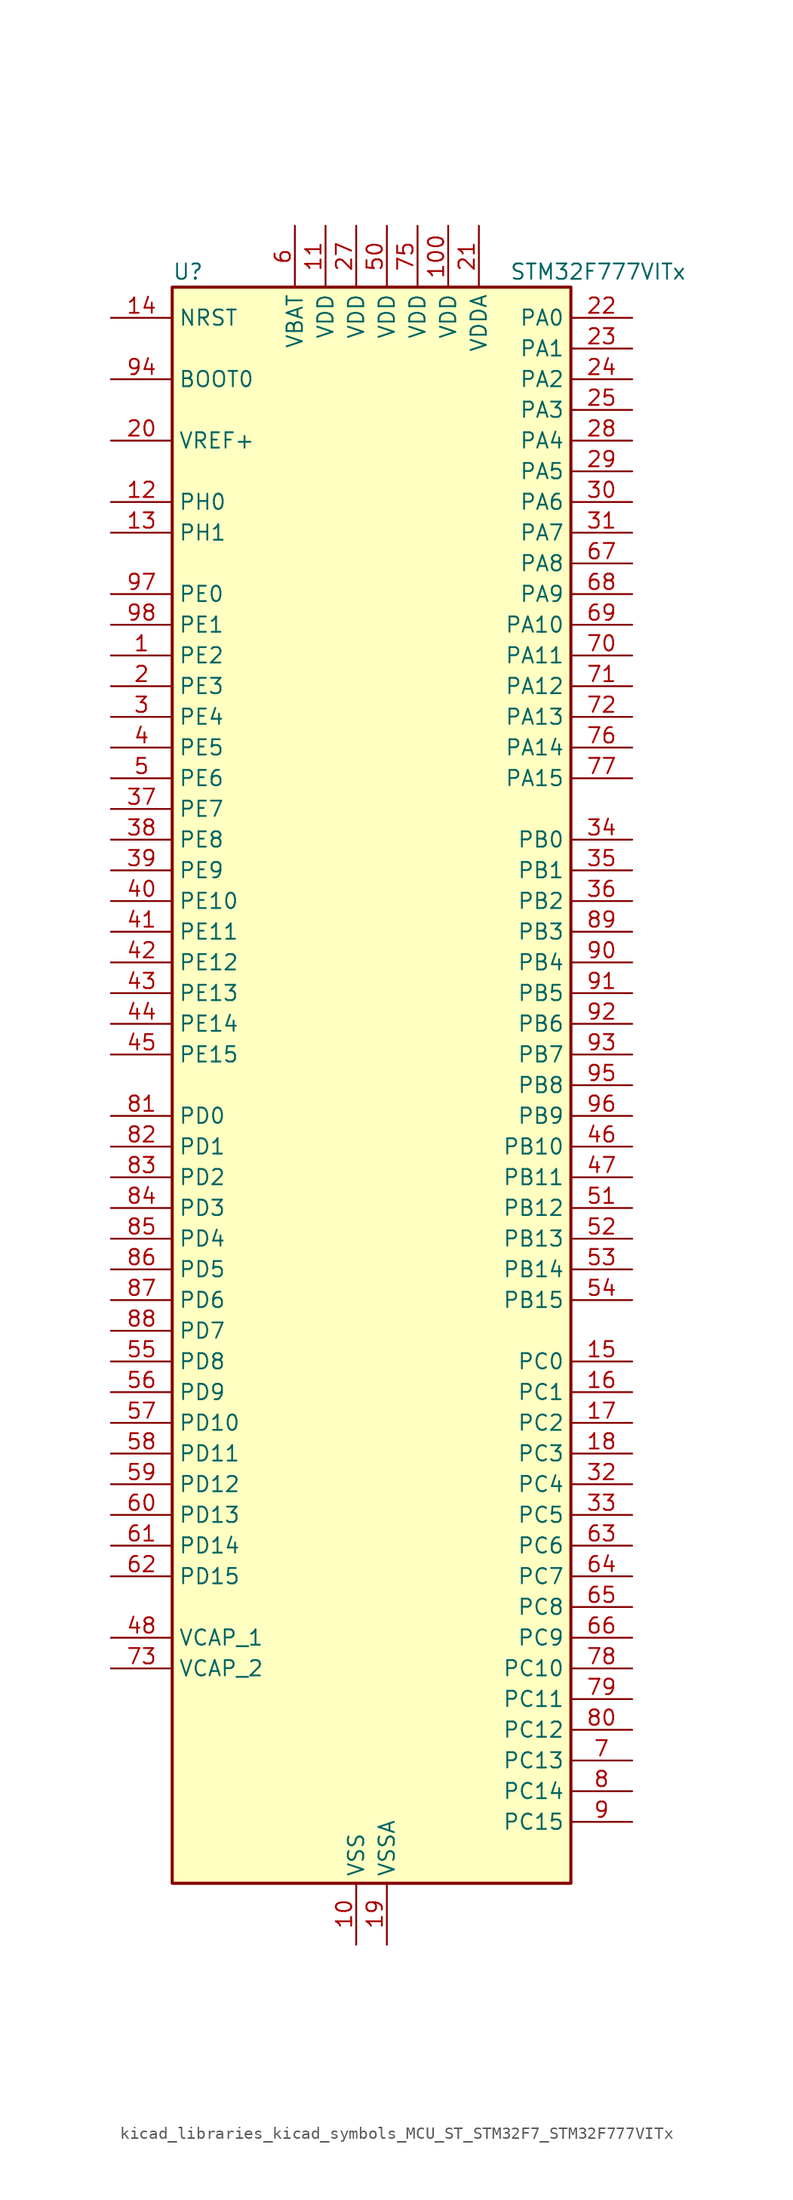
<source format=kicad_sym>
(kicad_symbol_lib
  (version 20220914)
  (generator kicad_symbol_editor)
  (symbol "kicad_libraries_kicad_symbols_MCU_ST_STM32F7_STM32F777VITx"
    (property "Reference" "U"
      (at -15.24 67.31 0)
      (effects (font (size 1.27 1.27)) (justify left)))
    (property "Value" "STM32F777VITx"
      (at 12.7 67.31 0)
      (effects (font (size 1.27 1.27)) (justify left)))
    (property "ki_locked" ""
      (at 0 0 0)
      (effects (font (size 1.27 1.27))))
    (symbol "kicad_libraries_kicad_symbols_MCU_ST_STM32F7_STM32F777VITx_0_1"
      (rectangle (start -15.24 -66.04) (end 17.78 66.04) (stroke (width 0.254) (type default)) (fill (type background))))
    (symbol "kicad_libraries_kicad_symbols_MCU_ST_STM32F7_STM32F777VITx_1_1"
      (pin bidirectional line (at -20.32 35.56 0) (length 5.08) (name "PE2" (effects (font (size 1.27 1.27)))) (number "1" (effects (font (size 1.27 1.27)))) (alternate "ETH_TXD3" bidirectional line) (alternate "FMC_A23" bidirectional line) (alternate "QUADSPI_BK1_IO2" bidirectional line) (alternate "SAI1_MCLK_A" bidirectional line) (alternate "SPI4_SCK" bidirectional line) (alternate "SYS_TRACECLK" bidirectional line))
      (pin power_in line (at 0 -71.12 90) (length 5.08) (name "VSS" (effects (font (size 1.27 1.27)))) (number "10" (effects (font (size 1.27 1.27)))))
      (pin power_in line (at 7.62 71.12 270) (length 5.08) (name "VDD" (effects (font (size 1.27 1.27)))) (number "100" (effects (font (size 1.27 1.27)))))
      (pin power_in line (at -2.54 71.12 270) (length 5.08) (name "VDD" (effects (font (size 1.27 1.27)))) (number "11" (effects (font (size 1.27 1.27)))))
      (pin bidirectional line (at -20.32 48.26 0) (length 5.08) (name "PH0" (effects (font (size 1.27 1.27)))) (number "12" (effects (font (size 1.27 1.27)))) (alternate "RCC_OSC_IN" bidirectional line))
      (pin bidirectional line (at -20.32 45.72 0) (length 5.08) (name "PH1" (effects (font (size 1.27 1.27)))) (number "13" (effects (font (size 1.27 1.27)))) (alternate "RCC_OSC_OUT" bidirectional line))
      (pin input line (at -20.32 63.5 0) (length 5.08) (name "NRST" (effects (font (size 1.27 1.27)))) (number "14" (effects (font (size 1.27 1.27)))))
      (pin bidirectional line (at 22.86 -22.86 180) (length 5.08) (name "PC0" (effects (font (size 1.27 1.27)))) (number "15" (effects (font (size 1.27 1.27)))) (alternate "ADC1_IN10" bidirectional line) (alternate "ADC2_IN10" bidirectional line) (alternate "ADC3_IN10" bidirectional line) (alternate "DFSDM1_CKIN0" bidirectional line) (alternate "DFSDM1_DATIN4" bidirectional line) (alternate "FMC_SDNWE" bidirectional line) (alternate "LTDC_R5" bidirectional line) (alternate "SAI2_FS_B" bidirectional line) (alternate "USB_OTG_HS_ULPI_STP" bidirectional line))
      (pin bidirectional line (at 22.86 -25.4 180) (length 5.08) (name "PC1" (effects (font (size 1.27 1.27)))) (number "16" (effects (font (size 1.27 1.27)))) (alternate "ADC1_IN11" bidirectional line) (alternate "ADC2_IN11" bidirectional line) (alternate "ADC3_IN11" bidirectional line) (alternate "DFSDM1_CKIN4" bidirectional line) (alternate "DFSDM1_DATIN0" bidirectional line) (alternate "ETH_MDC" bidirectional line) (alternate "I2S2_SD" bidirectional line) (alternate "MDIOS_MDC" bidirectional line) (alternate "RTC_TAMP3" bidirectional line) (alternate "RTC_TS" bidirectional line) (alternate "SAI1_SD_A" bidirectional line) (alternate "SPI2_MOSI" bidirectional line) (alternate "SYS_TRACED0" bidirectional line) (alternate "SYS_WKUP3" bidirectional line))
      (pin bidirectional line (at 22.86 -27.94 180) (length 5.08) (name "PC2" (effects (font (size 1.27 1.27)))) (number "17" (effects (font (size 1.27 1.27)))) (alternate "ADC1_IN12" bidirectional line) (alternate "ADC2_IN12" bidirectional line) (alternate "ADC3_IN12" bidirectional line) (alternate "DFSDM1_CKIN1" bidirectional line) (alternate "DFSDM1_CKOUT" bidirectional line) (alternate "ETH_TXD2" bidirectional line) (alternate "FMC_SDNE0" bidirectional line) (alternate "SPI2_MISO" bidirectional line) (alternate "USB_OTG_HS_ULPI_DIR" bidirectional line))
      (pin bidirectional line (at 22.86 -30.48 180) (length 5.08) (name "PC3" (effects (font (size 1.27 1.27)))) (number "18" (effects (font (size 1.27 1.27)))) (alternate "ADC1_IN13" bidirectional line) (alternate "ADC2_IN13" bidirectional line) (alternate "ADC3_IN13" bidirectional line) (alternate "DFSDM1_DATIN1" bidirectional line) (alternate "ETH_TX_CLK" bidirectional line) (alternate "FMC_SDCKE0" bidirectional line) (alternate "I2S2_SD" bidirectional line) (alternate "SPI2_MOSI" bidirectional line) (alternate "USB_OTG_HS_ULPI_NXT" bidirectional line))
      (pin power_in line (at 2.54 -71.12 90) (length 5.08) (name "VSSA" (effects (font (size 1.27 1.27)))) (number "19" (effects (font (size 1.27 1.27)))))
      (pin bidirectional line (at -20.32 33.02 0) (length 5.08) (name "PE3" (effects (font (size 1.27 1.27)))) (number "2" (effects (font (size 1.27 1.27)))) (alternate "FMC_A19" bidirectional line) (alternate "SAI1_SD_B" bidirectional line) (alternate "SYS_TRACED0" bidirectional line))
      (pin input line (at -20.32 53.34 0) (length 5.08) (name "VREF+" (effects (font (size 1.27 1.27)))) (number "20" (effects (font (size 1.27 1.27)))))
      (pin power_in line (at 10.16 71.12 270) (length 5.08) (name "VDDA" (effects (font (size 1.27 1.27)))) (number "21" (effects (font (size 1.27 1.27)))))
      (pin bidirectional line (at 22.86 63.5 180) (length 5.08) (name "PA0" (effects (font (size 1.27 1.27)))) (number "22" (effects (font (size 1.27 1.27)))) (alternate "ADC1_IN0" bidirectional line) (alternate "ADC2_IN0" bidirectional line) (alternate "ADC3_IN0" bidirectional line) (alternate "ETH_CRS" bidirectional line) (alternate "SAI2_SD_B" bidirectional line) (alternate "SYS_WKUP1" bidirectional line) (alternate "TIM2_CH1" bidirectional line) (alternate "TIM2_ETR" bidirectional line) (alternate "TIM5_CH1" bidirectional line) (alternate "TIM8_ETR" bidirectional line) (alternate "UART4_TX" bidirectional line) (alternate "USART2_CTS" bidirectional line))
      (pin bidirectional line (at 22.86 60.96 180) (length 5.08) (name "PA1" (effects (font (size 1.27 1.27)))) (number "23" (effects (font (size 1.27 1.27)))) (alternate "ADC1_IN1" bidirectional line) (alternate "ADC2_IN1" bidirectional line) (alternate "ADC3_IN1" bidirectional line) (alternate "ETH_REF_CLK" bidirectional line) (alternate "ETH_RX_CLK" bidirectional line) (alternate "LTDC_R2" bidirectional line) (alternate "QUADSPI_BK1_IO3" bidirectional line) (alternate "SAI2_MCLK_B" bidirectional line) (alternate "TIM2_CH2" bidirectional line) (alternate "TIM5_CH2" bidirectional line) (alternate "UART4_RX" bidirectional line) (alternate "USART2_DE" bidirectional line) (alternate "USART2_RTS" bidirectional line))
      (pin bidirectional line (at 22.86 58.42 180) (length 5.08) (name "PA2" (effects (font (size 1.27 1.27)))) (number "24" (effects (font (size 1.27 1.27)))) (alternate "ADC1_IN2" bidirectional line) (alternate "ADC2_IN2" bidirectional line) (alternate "ADC3_IN2" bidirectional line) (alternate "ETH_MDIO" bidirectional line) (alternate "LTDC_R1" bidirectional line) (alternate "MDIOS_MDIO" bidirectional line) (alternate "SAI2_SCK_B" bidirectional line) (alternate "SYS_WKUP2" bidirectional line) (alternate "TIM2_CH3" bidirectional line) (alternate "TIM5_CH3" bidirectional line) (alternate "TIM9_CH1" bidirectional line) (alternate "USART2_TX" bidirectional line))
      (pin bidirectional line (at 22.86 55.88 180) (length 5.08) (name "PA3" (effects (font (size 1.27 1.27)))) (number "25" (effects (font (size 1.27 1.27)))) (alternate "ADC1_IN3" bidirectional line) (alternate "ADC2_IN3" bidirectional line) (alternate "ADC3_IN3" bidirectional line) (alternate "ETH_COL" bidirectional line) (alternate "LTDC_B2" bidirectional line) (alternate "LTDC_B5" bidirectional line) (alternate "TIM2_CH4" bidirectional line) (alternate "TIM5_CH4" bidirectional line) (alternate "TIM9_CH2" bidirectional line) (alternate "USART2_RX" bidirectional line) (alternate "USB_OTG_HS_ULPI_D0" bidirectional line))
      (pin passive line (at 0 -71.12 90) (length 5.08) hide (name "VSS" (effects (font (size 1.27 1.27)))) (number "26" (effects (font (size 1.27 1.27)))))
      (pin power_in line (at 0 71.12 270) (length 5.08) (name "VDD" (effects (font (size 1.27 1.27)))) (number "27" (effects (font (size 1.27 1.27)))))
      (pin bidirectional line (at 22.86 53.34 180) (length 5.08) (name "PA4" (effects (font (size 1.27 1.27)))) (number "28" (effects (font (size 1.27 1.27)))) (alternate "ADC1_IN4" bidirectional line) (alternate "ADC2_IN4" bidirectional line) (alternate "DAC_OUT1" bidirectional line) (alternate "DCMI_HSYNC" bidirectional line) (alternate "I2S1_WS" bidirectional line) (alternate "I2S3_WS" bidirectional line) (alternate "LTDC_VSYNC" bidirectional line) (alternate "SPI1_NSS" bidirectional line) (alternate "SPI3_NSS" bidirectional line) (alternate "SPI6_NSS" bidirectional line) (alternate "USART2_CK" bidirectional line) (alternate "USB_OTG_HS_SOF" bidirectional line))
      (pin bidirectional line (at 22.86 50.8 180) (length 5.08) (name "PA5" (effects (font (size 1.27 1.27)))) (number "29" (effects (font (size 1.27 1.27)))) (alternate "ADC1_IN5" bidirectional line) (alternate "ADC2_IN5" bidirectional line) (alternate "DAC_OUT2" bidirectional line) (alternate "I2S1_CK" bidirectional line) (alternate "LTDC_R4" bidirectional line) (alternate "SPI1_SCK" bidirectional line) (alternate "SPI6_SCK" bidirectional line) (alternate "TIM2_CH1" bidirectional line) (alternate "TIM2_ETR" bidirectional line) (alternate "TIM8_CH1N" bidirectional line) (alternate "USB_OTG_HS_ULPI_CK" bidirectional line))
      (pin bidirectional line (at -20.32 30.48 0) (length 5.08) (name "PE4" (effects (font (size 1.27 1.27)))) (number "3" (effects (font (size 1.27 1.27)))) (alternate "DCMI_D4" bidirectional line) (alternate "DFSDM1_DATIN3" bidirectional line) (alternate "FMC_A20" bidirectional line) (alternate "LTDC_B0" bidirectional line) (alternate "SAI1_FS_A" bidirectional line) (alternate "SPI4_NSS" bidirectional line) (alternate "SYS_TRACED1" bidirectional line))
      (pin bidirectional line (at 22.86 48.26 180) (length 5.08) (name "PA6" (effects (font (size 1.27 1.27)))) (number "30" (effects (font (size 1.27 1.27)))) (alternate "ADC1_IN6" bidirectional line) (alternate "ADC2_IN6" bidirectional line) (alternate "DCMI_PIXCLK" bidirectional line) (alternate "LTDC_G2" bidirectional line) (alternate "MDIOS_MDC" bidirectional line) (alternate "SPI1_MISO" bidirectional line) (alternate "SPI6_MISO" bidirectional line) (alternate "TIM13_CH1" bidirectional line) (alternate "TIM1_BKIN" bidirectional line) (alternate "TIM3_CH1" bidirectional line) (alternate "TIM8_BKIN" bidirectional line))
      (pin bidirectional line (at 22.86 45.72 180) (length 5.08) (name "PA7" (effects (font (size 1.27 1.27)))) (number "31" (effects (font (size 1.27 1.27)))) (alternate "ADC1_IN7" bidirectional line) (alternate "ADC2_IN7" bidirectional line) (alternate "ETH_CRS_DV" bidirectional line) (alternate "ETH_RX_DV" bidirectional line) (alternate "FMC_SDNWE" bidirectional line) (alternate "I2S1_SD" bidirectional line) (alternate "SPI1_MOSI" bidirectional line) (alternate "SPI6_MOSI" bidirectional line) (alternate "TIM14_CH1" bidirectional line) (alternate "TIM1_CH1N" bidirectional line) (alternate "TIM3_CH2" bidirectional line) (alternate "TIM8_CH1N" bidirectional line))
      (pin bidirectional line (at 22.86 -33.02 180) (length 5.08) (name "PC4" (effects (font (size 1.27 1.27)))) (number "32" (effects (font (size 1.27 1.27)))) (alternate "ADC1_IN14" bidirectional line) (alternate "ADC2_IN14" bidirectional line) (alternate "DFSDM1_CKIN2" bidirectional line) (alternate "ETH_RXD0" bidirectional line) (alternate "FMC_SDNE0" bidirectional line) (alternate "I2S1_MCK" bidirectional line) (alternate "SPDIFRX_IN2" bidirectional line))
      (pin bidirectional line (at 22.86 -35.56 180) (length 5.08) (name "PC5" (effects (font (size 1.27 1.27)))) (number "33" (effects (font (size 1.27 1.27)))) (alternate "ADC1_IN15" bidirectional line) (alternate "ADC2_IN15" bidirectional line) (alternate "DFSDM1_DATIN2" bidirectional line) (alternate "ETH_RXD1" bidirectional line) (alternate "FMC_SDCKE0" bidirectional line) (alternate "SPDIFRX_IN3" bidirectional line))
      (pin bidirectional line (at 22.86 20.32 180) (length 5.08) (name "PB0" (effects (font (size 1.27 1.27)))) (number "34" (effects (font (size 1.27 1.27)))) (alternate "ADC1_IN8" bidirectional line) (alternate "ADC2_IN8" bidirectional line) (alternate "DFSDM1_CKOUT" bidirectional line) (alternate "ETH_RXD2" bidirectional line) (alternate "LTDC_G1" bidirectional line) (alternate "LTDC_R3" bidirectional line) (alternate "TIM1_CH2N" bidirectional line) (alternate "TIM3_CH3" bidirectional line) (alternate "TIM8_CH2N" bidirectional line) (alternate "UART4_CTS" bidirectional line) (alternate "USB_OTG_HS_ULPI_D1" bidirectional line))
      (pin bidirectional line (at 22.86 17.78 180) (length 5.08) (name "PB1" (effects (font (size 1.27 1.27)))) (number "35" (effects (font (size 1.27 1.27)))) (alternate "ADC1_IN9" bidirectional line) (alternate "ADC2_IN9" bidirectional line) (alternate "DFSDM1_DATIN1" bidirectional line) (alternate "ETH_RXD3" bidirectional line) (alternate "LTDC_G0" bidirectional line) (alternate "LTDC_R6" bidirectional line) (alternate "TIM1_CH3N" bidirectional line) (alternate "TIM3_CH4" bidirectional line) (alternate "TIM8_CH3N" bidirectional line) (alternate "USB_OTG_HS_ULPI_D2" bidirectional line))
      (pin bidirectional line (at 22.86 15.24 180) (length 5.08) (name "PB2" (effects (font (size 1.27 1.27)))) (number "36" (effects (font (size 1.27 1.27)))) (alternate "DFSDM1_CKIN1" bidirectional line) (alternate "I2S3_SD" bidirectional line) (alternate "QUADSPI_CLK" bidirectional line) (alternate "SAI1_SD_A" bidirectional line) (alternate "SPI3_MOSI" bidirectional line))
      (pin bidirectional line (at -20.32 22.86 0) (length 5.08) (name "PE7" (effects (font (size 1.27 1.27)))) (number "37" (effects (font (size 1.27 1.27)))) (alternate "DFSDM1_DATIN2" bidirectional line) (alternate "FMC_D4" bidirectional line) (alternate "FMC_DA4" bidirectional line) (alternate "QUADSPI_BK2_IO0" bidirectional line) (alternate "TIM1_ETR" bidirectional line) (alternate "UART7_RX" bidirectional line))
      (pin bidirectional line (at -20.32 20.32 0) (length 5.08) (name "PE8" (effects (font (size 1.27 1.27)))) (number "38" (effects (font (size 1.27 1.27)))) (alternate "DFSDM1_CKIN2" bidirectional line) (alternate "FMC_D5" bidirectional line) (alternate "FMC_DA5" bidirectional line) (alternate "QUADSPI_BK2_IO1" bidirectional line) (alternate "TIM1_CH1N" bidirectional line) (alternate "UART7_TX" bidirectional line))
      (pin bidirectional line (at -20.32 17.78 0) (length 5.08) (name "PE9" (effects (font (size 1.27 1.27)))) (number "39" (effects (font (size 1.27 1.27)))) (alternate "DAC_EXTI9" bidirectional line) (alternate "DFSDM1_CKOUT" bidirectional line) (alternate "FMC_D6" bidirectional line) (alternate "FMC_DA6" bidirectional line) (alternate "QUADSPI_BK2_IO2" bidirectional line) (alternate "TIM1_CH1" bidirectional line) (alternate "UART7_DE" bidirectional line) (alternate "UART7_RTS" bidirectional line))
      (pin bidirectional line (at -20.32 27.94 0) (length 5.08) (name "PE5" (effects (font (size 1.27 1.27)))) (number "4" (effects (font (size 1.27 1.27)))) (alternate "DCMI_D6" bidirectional line) (alternate "DFSDM1_CKIN3" bidirectional line) (alternate "FMC_A21" bidirectional line) (alternate "LTDC_G0" bidirectional line) (alternate "SAI1_SCK_A" bidirectional line) (alternate "SPI4_MISO" bidirectional line) (alternate "SYS_TRACED2" bidirectional line) (alternate "TIM9_CH1" bidirectional line))
      (pin bidirectional line (at -20.32 15.24 0) (length 5.08) (name "PE10" (effects (font (size 1.27 1.27)))) (number "40" (effects (font (size 1.27 1.27)))) (alternate "DFSDM1_DATIN4" bidirectional line) (alternate "FMC_D7" bidirectional line) (alternate "FMC_DA7" bidirectional line) (alternate "QUADSPI_BK2_IO3" bidirectional line) (alternate "TIM1_CH2N" bidirectional line) (alternate "UART7_CTS" bidirectional line))
      (pin bidirectional line (at -20.32 12.7 0) (length 5.08) (name "PE11" (effects (font (size 1.27 1.27)))) (number "41" (effects (font (size 1.27 1.27)))) (alternate "ADC1_EXTI11" bidirectional line) (alternate "ADC2_EXTI11" bidirectional line) (alternate "ADC3_EXTI11" bidirectional line) (alternate "DFSDM1_CKIN4" bidirectional line) (alternate "FMC_D8" bidirectional line) (alternate "FMC_DA8" bidirectional line) (alternate "LTDC_G3" bidirectional line) (alternate "SAI2_SD_B" bidirectional line) (alternate "SPI4_NSS" bidirectional line) (alternate "TIM1_CH2" bidirectional line))
      (pin bidirectional line (at -20.32 10.16 0) (length 5.08) (name "PE12" (effects (font (size 1.27 1.27)))) (number "42" (effects (font (size 1.27 1.27)))) (alternate "DFSDM1_DATIN5" bidirectional line) (alternate "FMC_D9" bidirectional line) (alternate "FMC_DA9" bidirectional line) (alternate "LTDC_B4" bidirectional line) (alternate "SAI2_SCK_B" bidirectional line) (alternate "SPI4_SCK" bidirectional line) (alternate "TIM1_CH3N" bidirectional line))
      (pin bidirectional line (at -20.32 7.62 0) (length 5.08) (name "PE13" (effects (font (size 1.27 1.27)))) (number "43" (effects (font (size 1.27 1.27)))) (alternate "DFSDM1_CKIN5" bidirectional line) (alternate "FMC_D10" bidirectional line) (alternate "FMC_DA10" bidirectional line) (alternate "LTDC_DE" bidirectional line) (alternate "SAI2_FS_B" bidirectional line) (alternate "SPI4_MISO" bidirectional line) (alternate "TIM1_CH3" bidirectional line))
      (pin bidirectional line (at -20.32 5.08 0) (length 5.08) (name "PE14" (effects (font (size 1.27 1.27)))) (number "44" (effects (font (size 1.27 1.27)))) (alternate "FMC_D11" bidirectional line) (alternate "FMC_DA11" bidirectional line) (alternate "LTDC_CLK" bidirectional line) (alternate "SAI2_MCLK_B" bidirectional line) (alternate "SPI4_MOSI" bidirectional line) (alternate "TIM1_CH4" bidirectional line))
      (pin bidirectional line (at -20.32 2.54 0) (length 5.08) (name "PE15" (effects (font (size 1.27 1.27)))) (number "45" (effects (font (size 1.27 1.27)))) (alternate "FMC_D12" bidirectional line) (alternate "FMC_DA12" bidirectional line) (alternate "LTDC_R7" bidirectional line) (alternate "TIM1_BKIN" bidirectional line))
      (pin bidirectional line (at 22.86 -5.08 180) (length 5.08) (name "PB10" (effects (font (size 1.27 1.27)))) (number "46" (effects (font (size 1.27 1.27)))) (alternate "DFSDM1_DATIN7" bidirectional line) (alternate "ETH_RX_ER" bidirectional line) (alternate "I2C2_SCL" bidirectional line) (alternate "I2S2_CK" bidirectional line) (alternate "LTDC_G4" bidirectional line) (alternate "QUADSPI_BK1_NCS" bidirectional line) (alternate "SPI2_SCK" bidirectional line) (alternate "TIM2_CH3" bidirectional line) (alternate "USART3_TX" bidirectional line) (alternate "USB_OTG_HS_ULPI_D3" bidirectional line))
      (pin bidirectional line (at 22.86 -7.62 180) (length 5.08) (name "PB11" (effects (font (size 1.27 1.27)))) (number "47" (effects (font (size 1.27 1.27)))) (alternate "ADC1_EXTI11" bidirectional line) (alternate "ADC2_EXTI11" bidirectional line) (alternate "ADC3_EXTI11" bidirectional line) (alternate "DFSDM1_CKIN7" bidirectional line) (alternate "ETH_TX_EN" bidirectional line) (alternate "I2C2_SDA" bidirectional line) (alternate "LTDC_G5" bidirectional line) (alternate "TIM2_CH4" bidirectional line) (alternate "USART3_RX" bidirectional line) (alternate "USB_OTG_HS_ULPI_D4" bidirectional line))
      (pin power_out line (at -20.32 -45.72 0) (length 5.08) (name "VCAP_1" (effects (font (size 1.27 1.27)))) (number "48" (effects (font (size 1.27 1.27)))))
      (pin passive line (at 0 -71.12 90) (length 5.08) hide (name "VSS" (effects (font (size 1.27 1.27)))) (number "49" (effects (font (size 1.27 1.27)))))
      (pin bidirectional line (at -20.32 25.4 0) (length 5.08) (name "PE6" (effects (font (size 1.27 1.27)))) (number "5" (effects (font (size 1.27 1.27)))) (alternate "DCMI_D7" bidirectional line) (alternate "FMC_A22" bidirectional line) (alternate "LTDC_G1" bidirectional line) (alternate "SAI1_SD_A" bidirectional line) (alternate "SAI2_MCLK_B" bidirectional line) (alternate "SPI4_MOSI" bidirectional line) (alternate "SYS_TRACED3" bidirectional line) (alternate "TIM1_BKIN2" bidirectional line) (alternate "TIM9_CH2" bidirectional line))
      (pin power_in line (at 2.54 71.12 270) (length 5.08) (name "VDD" (effects (font (size 1.27 1.27)))) (number "50" (effects (font (size 1.27 1.27)))))
      (pin bidirectional line (at 22.86 -10.16 180) (length 5.08) (name "PB12" (effects (font (size 1.27 1.27)))) (number "51" (effects (font (size 1.27 1.27)))) (alternate "CAN2_RX" bidirectional line) (alternate "DFSDM1_DATIN1" bidirectional line) (alternate "ETH_TXD0" bidirectional line) (alternate "I2C2_SMBA" bidirectional line) (alternate "I2S2_WS" bidirectional line) (alternate "SPI2_NSS" bidirectional line) (alternate "TIM1_BKIN" bidirectional line) (alternate "UART5_RX" bidirectional line) (alternate "USART3_CK" bidirectional line) (alternate "USB_OTG_HS_ID" bidirectional line) (alternate "USB_OTG_HS_ULPI_D5" bidirectional line))
      (pin bidirectional line (at 22.86 -12.7 180) (length 5.08) (name "PB13" (effects (font (size 1.27 1.27)))) (number "52" (effects (font (size 1.27 1.27)))) (alternate "CAN2_TX" bidirectional line) (alternate "DFSDM1_CKIN1" bidirectional line) (alternate "ETH_TXD1" bidirectional line) (alternate "I2S2_CK" bidirectional line) (alternate "SPI2_SCK" bidirectional line) (alternate "TIM1_CH1N" bidirectional line) (alternate "UART5_TX" bidirectional line) (alternate "USART3_CTS" bidirectional line) (alternate "USB_OTG_HS_ULPI_D6" bidirectional line) (alternate "USB_OTG_HS_VBUS" bidirectional line))
      (pin bidirectional line (at 22.86 -15.24 180) (length 5.08) (name "PB14" (effects (font (size 1.27 1.27)))) (number "53" (effects (font (size 1.27 1.27)))) (alternate "DFSDM1_DATIN2" bidirectional line) (alternate "SDMMC2_D0" bidirectional line) (alternate "SPI2_MISO" bidirectional line) (alternate "TIM12_CH1" bidirectional line) (alternate "TIM1_CH2N" bidirectional line) (alternate "TIM8_CH2N" bidirectional line) (alternate "UART4_DE" bidirectional line) (alternate "UART4_RTS" bidirectional line) (alternate "USART1_TX" bidirectional line) (alternate "USART3_DE" bidirectional line) (alternate "USART3_RTS" bidirectional line) (alternate "USB_OTG_HS_DM" bidirectional line))
      (pin bidirectional line (at 22.86 -17.78 180) (length 5.08) (name "PB15" (effects (font (size 1.27 1.27)))) (number "54" (effects (font (size 1.27 1.27)))) (alternate "DFSDM1_CKIN2" bidirectional line) (alternate "I2S2_SD" bidirectional line) (alternate "RTC_REFIN" bidirectional line) (alternate "SDMMC2_D1" bidirectional line) (alternate "SPI2_MOSI" bidirectional line) (alternate "TIM12_CH2" bidirectional line) (alternate "TIM1_CH3N" bidirectional line) (alternate "TIM8_CH3N" bidirectional line) (alternate "UART4_CTS" bidirectional line) (alternate "USART1_RX" bidirectional line) (alternate "USB_OTG_HS_DP" bidirectional line))
      (pin bidirectional line (at -20.32 -22.86 0) (length 5.08) (name "PD8" (effects (font (size 1.27 1.27)))) (number "55" (effects (font (size 1.27 1.27)))) (alternate "DFSDM1_CKIN3" bidirectional line) (alternate "FMC_D13" bidirectional line) (alternate "FMC_DA13" bidirectional line) (alternate "SPDIFRX_IN1" bidirectional line) (alternate "USART3_TX" bidirectional line))
      (pin bidirectional line (at -20.32 -25.4 0) (length 5.08) (name "PD9" (effects (font (size 1.27 1.27)))) (number "56" (effects (font (size 1.27 1.27)))) (alternate "DAC_EXTI9" bidirectional line) (alternate "DFSDM1_DATIN3" bidirectional line) (alternate "FMC_D14" bidirectional line) (alternate "FMC_DA14" bidirectional line) (alternate "USART3_RX" bidirectional line))
      (pin bidirectional line (at -20.32 -27.94 0) (length 5.08) (name "PD10" (effects (font (size 1.27 1.27)))) (number "57" (effects (font (size 1.27 1.27)))) (alternate "DFSDM1_CKOUT" bidirectional line) (alternate "FMC_D15" bidirectional line) (alternate "FMC_DA15" bidirectional line) (alternate "LTDC_B3" bidirectional line) (alternate "USART3_CK" bidirectional line))
      (pin bidirectional line (at -20.32 -30.48 0) (length 5.08) (name "PD11" (effects (font (size 1.27 1.27)))) (number "58" (effects (font (size 1.27 1.27)))) (alternate "ADC1_EXTI11" bidirectional line) (alternate "ADC2_EXTI11" bidirectional line) (alternate "ADC3_EXTI11" bidirectional line) (alternate "FMC_A16" bidirectional line) (alternate "FMC_CLE" bidirectional line) (alternate "I2C4_SMBA" bidirectional line) (alternate "QUADSPI_BK1_IO0" bidirectional line) (alternate "SAI2_SD_A" bidirectional line) (alternate "USART3_CTS" bidirectional line))
      (pin bidirectional line (at -20.32 -33.02 0) (length 5.08) (name "PD12" (effects (font (size 1.27 1.27)))) (number "59" (effects (font (size 1.27 1.27)))) (alternate "FMC_A17" bidirectional line) (alternate "FMC_ALE" bidirectional line) (alternate "I2C4_SCL" bidirectional line) (alternate "LPTIM1_IN1" bidirectional line) (alternate "QUADSPI_BK1_IO1" bidirectional line) (alternate "SAI2_FS_A" bidirectional line) (alternate "TIM4_CH1" bidirectional line) (alternate "USART3_DE" bidirectional line) (alternate "USART3_RTS" bidirectional line))
      (pin power_in line (at -5.08 71.12 270) (length 5.08) (name "VBAT" (effects (font (size 1.27 1.27)))) (number "6" (effects (font (size 1.27 1.27)))))
      (pin bidirectional line (at -20.32 -35.56 0) (length 5.08) (name "PD13" (effects (font (size 1.27 1.27)))) (number "60" (effects (font (size 1.27 1.27)))) (alternate "FMC_A18" bidirectional line) (alternate "I2C4_SDA" bidirectional line) (alternate "LPTIM1_OUT" bidirectional line) (alternate "QUADSPI_BK1_IO3" bidirectional line) (alternate "SAI2_SCK_A" bidirectional line) (alternate "TIM4_CH2" bidirectional line))
      (pin bidirectional line (at -20.32 -38.1 0) (length 5.08) (name "PD14" (effects (font (size 1.27 1.27)))) (number "61" (effects (font (size 1.27 1.27)))) (alternate "FMC_D0" bidirectional line) (alternate "FMC_DA0" bidirectional line) (alternate "TIM4_CH3" bidirectional line) (alternate "UART8_CTS" bidirectional line))
      (pin bidirectional line (at -20.32 -40.64 0) (length 5.08) (name "PD15" (effects (font (size 1.27 1.27)))) (number "62" (effects (font (size 1.27 1.27)))) (alternate "FMC_D1" bidirectional line) (alternate "FMC_DA1" bidirectional line) (alternate "TIM4_CH4" bidirectional line) (alternate "UART8_DE" bidirectional line) (alternate "UART8_RTS" bidirectional line))
      (pin bidirectional line (at 22.86 -38.1 180) (length 5.08) (name "PC6" (effects (font (size 1.27 1.27)))) (number "63" (effects (font (size 1.27 1.27)))) (alternate "DCMI_D0" bidirectional line) (alternate "DFSDM1_CKIN3" bidirectional line) (alternate "FMC_NWAIT" bidirectional line) (alternate "I2S2_MCK" bidirectional line) (alternate "LTDC_HSYNC" bidirectional line) (alternate "SDMMC1_D6" bidirectional line) (alternate "SDMMC2_D6" bidirectional line) (alternate "TIM3_CH1" bidirectional line) (alternate "TIM8_CH1" bidirectional line) (alternate "USART6_TX" bidirectional line))
      (pin bidirectional line (at 22.86 -40.64 180) (length 5.08) (name "PC7" (effects (font (size 1.27 1.27)))) (number "64" (effects (font (size 1.27 1.27)))) (alternate "DCMI_D1" bidirectional line) (alternate "DFSDM1_DATIN3" bidirectional line) (alternate "FMC_NE1" bidirectional line) (alternate "I2S3_MCK" bidirectional line) (alternate "LTDC_G6" bidirectional line) (alternate "SDMMC1_D7" bidirectional line) (alternate "SDMMC2_D7" bidirectional line) (alternate "TIM3_CH2" bidirectional line) (alternate "TIM8_CH2" bidirectional line) (alternate "USART6_RX" bidirectional line))
      (pin bidirectional line (at 22.86 -43.18 180) (length 5.08) (name "PC8" (effects (font (size 1.27 1.27)))) (number "65" (effects (font (size 1.27 1.27)))) (alternate "DCMI_D2" bidirectional line) (alternate "FMC_NCE" bidirectional line) (alternate "FMC_NE2" bidirectional line) (alternate "SDMMC1_D0" bidirectional line) (alternate "SYS_TRACED1" bidirectional line) (alternate "TIM3_CH3" bidirectional line) (alternate "TIM8_CH3" bidirectional line) (alternate "UART5_DE" bidirectional line) (alternate "UART5_RTS" bidirectional line) (alternate "USART6_CK" bidirectional line))
      (pin bidirectional line (at 22.86 -45.72 180) (length 5.08) (name "PC9" (effects (font (size 1.27 1.27)))) (number "66" (effects (font (size 1.27 1.27)))) (alternate "DAC_EXTI9" bidirectional line) (alternate "DCMI_D3" bidirectional line) (alternate "I2C3_SDA" bidirectional line) (alternate "I2S_CKIN" bidirectional line) (alternate "LTDC_B2" bidirectional line) (alternate "LTDC_G3" bidirectional line) (alternate "QUADSPI_BK1_IO0" bidirectional line) (alternate "RCC_MCO_2" bidirectional line) (alternate "SDMMC1_D1" bidirectional line) (alternate "TIM3_CH4" bidirectional line) (alternate "TIM8_CH4" bidirectional line) (alternate "UART5_CTS" bidirectional line))
      (pin bidirectional line (at 22.86 43.18 180) (length 5.08) (name "PA8" (effects (font (size 1.27 1.27)))) (number "67" (effects (font (size 1.27 1.27)))) (alternate "CAN3_RX" bidirectional line) (alternate "I2C3_SCL" bidirectional line) (alternate "LTDC_B3" bidirectional line) (alternate "LTDC_R6" bidirectional line) (alternate "RCC_MCO_1" bidirectional line) (alternate "TIM1_CH1" bidirectional line) (alternate "TIM8_BKIN2" bidirectional line) (alternate "UART7_RX" bidirectional line) (alternate "USART1_CK" bidirectional line) (alternate "USB_OTG_FS_SOF" bidirectional line))
      (pin bidirectional line (at 22.86 40.64 180) (length 5.08) (name "PA9" (effects (font (size 1.27 1.27)))) (number "68" (effects (font (size 1.27 1.27)))) (alternate "DAC_EXTI9" bidirectional line) (alternate "DCMI_D0" bidirectional line) (alternate "I2C3_SMBA" bidirectional line) (alternate "I2S2_CK" bidirectional line) (alternate "LTDC_R5" bidirectional line) (alternate "SPI2_SCK" bidirectional line) (alternate "TIM1_CH2" bidirectional line) (alternate "USART1_TX" bidirectional line) (alternate "USB_OTG_FS_VBUS" bidirectional line))
      (pin bidirectional line (at 22.86 38.1 180) (length 5.08) (name "PA10" (effects (font (size 1.27 1.27)))) (number "69" (effects (font (size 1.27 1.27)))) (alternate "DCMI_D1" bidirectional line) (alternate "LTDC_B1" bidirectional line) (alternate "LTDC_B4" bidirectional line) (alternate "MDIOS_MDIO" bidirectional line) (alternate "TIM1_CH3" bidirectional line) (alternate "USART1_RX" bidirectional line) (alternate "USB_OTG_FS_ID" bidirectional line))
      (pin bidirectional line (at 22.86 -55.88 180) (length 5.08) (name "PC13" (effects (font (size 1.27 1.27)))) (number "7" (effects (font (size 1.27 1.27)))) (alternate "RTC_OUT" bidirectional line) (alternate "RTC_TAMP1" bidirectional line) (alternate "RTC_TS" bidirectional line) (alternate "SYS_WKUP4" bidirectional line))
      (pin bidirectional line (at 22.86 35.56 180) (length 5.08) (name "PA11" (effects (font (size 1.27 1.27)))) (number "70" (effects (font (size 1.27 1.27)))) (alternate "ADC1_EXTI11" bidirectional line) (alternate "ADC2_EXTI11" bidirectional line) (alternate "ADC3_EXTI11" bidirectional line) (alternate "CAN1_RX" bidirectional line) (alternate "I2S2_WS" bidirectional line) (alternate "LTDC_R4" bidirectional line) (alternate "SPI2_NSS" bidirectional line) (alternate "TIM1_CH4" bidirectional line) (alternate "UART4_RX" bidirectional line) (alternate "USART1_CTS" bidirectional line) (alternate "USB_OTG_FS_DM" bidirectional line))
      (pin bidirectional line (at 22.86 33.02 180) (length 5.08) (name "PA12" (effects (font (size 1.27 1.27)))) (number "71" (effects (font (size 1.27 1.27)))) (alternate "CAN1_TX" bidirectional line) (alternate "I2S2_CK" bidirectional line) (alternate "LTDC_R5" bidirectional line) (alternate "SAI2_FS_B" bidirectional line) (alternate "SPI2_SCK" bidirectional line) (alternate "TIM1_ETR" bidirectional line) (alternate "UART4_TX" bidirectional line) (alternate "USART1_DE" bidirectional line) (alternate "USART1_RTS" bidirectional line) (alternate "USB_OTG_FS_DP" bidirectional line))
      (pin bidirectional line (at 22.86 30.48 180) (length 5.08) (name "PA13" (effects (font (size 1.27 1.27)))) (number "72" (effects (font (size 1.27 1.27)))) (alternate "SYS_JTMS-SWDIO" bidirectional line))
      (pin power_out line (at -20.32 -48.26 0) (length 5.08) (name "VCAP_2" (effects (font (size 1.27 1.27)))) (number "73" (effects (font (size 1.27 1.27)))))
      (pin passive line (at 0 -71.12 90) (length 5.08) hide (name "VSS" (effects (font (size 1.27 1.27)))) (number "74" (effects (font (size 1.27 1.27)))))
      (pin power_in line (at 5.08 71.12 270) (length 5.08) (name "VDD" (effects (font (size 1.27 1.27)))) (number "75" (effects (font (size 1.27 1.27)))))
      (pin bidirectional line (at 22.86 27.94 180) (length 5.08) (name "PA14" (effects (font (size 1.27 1.27)))) (number "76" (effects (font (size 1.27 1.27)))) (alternate "SYS_JTCK-SWCLK" bidirectional line))
      (pin bidirectional line (at 22.86 25.4 180) (length 5.08) (name "PA15" (effects (font (size 1.27 1.27)))) (number "77" (effects (font (size 1.27 1.27)))) (alternate "CAN3_TX" bidirectional line) (alternate "CEC" bidirectional line) (alternate "I2S1_WS" bidirectional line) (alternate "I2S3_WS" bidirectional line) (alternate "SPI1_NSS" bidirectional line) (alternate "SPI3_NSS" bidirectional line) (alternate "SPI6_NSS" bidirectional line) (alternate "SYS_JTDI" bidirectional line) (alternate "TIM2_CH1" bidirectional line) (alternate "TIM2_ETR" bidirectional line) (alternate "UART4_DE" bidirectional line) (alternate "UART4_RTS" bidirectional line) (alternate "UART7_TX" bidirectional line))
      (pin bidirectional line (at 22.86 -48.26 180) (length 5.08) (name "PC10" (effects (font (size 1.27 1.27)))) (number "78" (effects (font (size 1.27 1.27)))) (alternate "DCMI_D8" bidirectional line) (alternate "DFSDM1_CKIN5" bidirectional line) (alternate "I2S3_CK" bidirectional line) (alternate "LTDC_R2" bidirectional line) (alternate "QUADSPI_BK1_IO1" bidirectional line) (alternate "SDMMC1_D2" bidirectional line) (alternate "SPI3_SCK" bidirectional line) (alternate "UART4_TX" bidirectional line) (alternate "USART3_TX" bidirectional line))
      (pin bidirectional line (at 22.86 -50.8 180) (length 5.08) (name "PC11" (effects (font (size 1.27 1.27)))) (number "79" (effects (font (size 1.27 1.27)))) (alternate "ADC1_EXTI11" bidirectional line) (alternate "ADC2_EXTI11" bidirectional line) (alternate "ADC3_EXTI11" bidirectional line) (alternate "DCMI_D4" bidirectional line) (alternate "DFSDM1_DATIN5" bidirectional line) (alternate "QUADSPI_BK2_NCS" bidirectional line) (alternate "SDMMC1_D3" bidirectional line) (alternate "SPI3_MISO" bidirectional line) (alternate "UART4_RX" bidirectional line) (alternate "USART3_RX" bidirectional line))
      (pin bidirectional line (at 22.86 -58.42 180) (length 5.08) (name "PC14" (effects (font (size 1.27 1.27)))) (number "8" (effects (font (size 1.27 1.27)))) (alternate "RCC_OSC32_IN" bidirectional line))
      (pin bidirectional line (at 22.86 -53.34 180) (length 5.08) (name "PC12" (effects (font (size 1.27 1.27)))) (number "80" (effects (font (size 1.27 1.27)))) (alternate "DCMI_D9" bidirectional line) (alternate "I2S3_SD" bidirectional line) (alternate "SDMMC1_CK" bidirectional line) (alternate "SPI3_MOSI" bidirectional line) (alternate "SYS_TRACED3" bidirectional line) (alternate "UART5_TX" bidirectional line) (alternate "USART3_CK" bidirectional line))
      (pin bidirectional line (at -20.32 -2.54 0) (length 5.08) (name "PD0" (effects (font (size 1.27 1.27)))) (number "81" (effects (font (size 1.27 1.27)))) (alternate "CAN1_RX" bidirectional line) (alternate "DFSDM1_CKIN6" bidirectional line) (alternate "DFSDM1_DATIN7" bidirectional line) (alternate "FMC_D2" bidirectional line) (alternate "FMC_DA2" bidirectional line) (alternate "UART4_RX" bidirectional line))
      (pin bidirectional line (at -20.32 -5.08 0) (length 5.08) (name "PD1" (effects (font (size 1.27 1.27)))) (number "82" (effects (font (size 1.27 1.27)))) (alternate "CAN1_TX" bidirectional line) (alternate "DFSDM1_CKIN7" bidirectional line) (alternate "DFSDM1_DATIN6" bidirectional line) (alternate "FMC_D3" bidirectional line) (alternate "FMC_DA3" bidirectional line) (alternate "UART4_TX" bidirectional line))
      (pin bidirectional line (at -20.32 -7.62 0) (length 5.08) (name "PD2" (effects (font (size 1.27 1.27)))) (number "83" (effects (font (size 1.27 1.27)))) (alternate "DCMI_D11" bidirectional line) (alternate "SDMMC1_CMD" bidirectional line) (alternate "SYS_TRACED2" bidirectional line) (alternate "TIM3_ETR" bidirectional line) (alternate "UART5_RX" bidirectional line))
      (pin bidirectional line (at -20.32 -10.16 0) (length 5.08) (name "PD3" (effects (font (size 1.27 1.27)))) (number "84" (effects (font (size 1.27 1.27)))) (alternate "DCMI_D5" bidirectional line) (alternate "DFSDM1_CKOUT" bidirectional line) (alternate "DFSDM1_DATIN0" bidirectional line) (alternate "FMC_CLK" bidirectional line) (alternate "I2S2_CK" bidirectional line) (alternate "LTDC_G7" bidirectional line) (alternate "SPI2_SCK" bidirectional line) (alternate "USART2_CTS" bidirectional line))
      (pin bidirectional line (at -20.32 -12.7 0) (length 5.08) (name "PD4" (effects (font (size 1.27 1.27)))) (number "85" (effects (font (size 1.27 1.27)))) (alternate "DFSDM1_CKIN0" bidirectional line) (alternate "FMC_NOE" bidirectional line) (alternate "USART2_DE" bidirectional line) (alternate "USART2_RTS" bidirectional line))
      (pin bidirectional line (at -20.32 -15.24 0) (length 5.08) (name "PD5" (effects (font (size 1.27 1.27)))) (number "86" (effects (font (size 1.27 1.27)))) (alternate "FMC_NWE" bidirectional line) (alternate "USART2_TX" bidirectional line))
      (pin bidirectional line (at -20.32 -17.78 0) (length 5.08) (name "PD6" (effects (font (size 1.27 1.27)))) (number "87" (effects (font (size 1.27 1.27)))) (alternate "DCMI_D10" bidirectional line) (alternate "DFSDM1_CKIN4" bidirectional line) (alternate "DFSDM1_DATIN1" bidirectional line) (alternate "FMC_NWAIT" bidirectional line) (alternate "I2S3_SD" bidirectional line) (alternate "LTDC_B2" bidirectional line) (alternate "SAI1_SD_A" bidirectional line) (alternate "SDMMC2_CK" bidirectional line) (alternate "SPI3_MOSI" bidirectional line) (alternate "USART2_RX" bidirectional line))
      (pin bidirectional line (at -20.32 -20.32 0) (length 5.08) (name "PD7" (effects (font (size 1.27 1.27)))) (number "88" (effects (font (size 1.27 1.27)))) (alternate "DFSDM1_CKIN1" bidirectional line) (alternate "DFSDM1_DATIN4" bidirectional line) (alternate "FMC_NE1" bidirectional line) (alternate "I2S1_SD" bidirectional line) (alternate "SDMMC2_CMD" bidirectional line) (alternate "SPDIFRX_IN0" bidirectional line) (alternate "SPI1_MOSI" bidirectional line) (alternate "USART2_CK" bidirectional line))
      (pin bidirectional line (at 22.86 12.7 180) (length 5.08) (name "PB3" (effects (font (size 1.27 1.27)))) (number "89" (effects (font (size 1.27 1.27)))) (alternate "CAN3_RX" bidirectional line) (alternate "I2S1_CK" bidirectional line) (alternate "I2S3_CK" bidirectional line) (alternate "SDMMC2_D2" bidirectional line) (alternate "SPI1_SCK" bidirectional line) (alternate "SPI3_SCK" bidirectional line) (alternate "SPI6_SCK" bidirectional line) (alternate "SYS_JTDO-SWO" bidirectional line) (alternate "TIM2_CH2" bidirectional line) (alternate "UART7_RX" bidirectional line))
      (pin bidirectional line (at 22.86 -60.96 180) (length 5.08) (name "PC15" (effects (font (size 1.27 1.27)))) (number "9" (effects (font (size 1.27 1.27)))) (alternate "RCC_OSC32_OUT" bidirectional line))
      (pin bidirectional line (at 22.86 10.16 180) (length 5.08) (name "PB4" (effects (font (size 1.27 1.27)))) (number "90" (effects (font (size 1.27 1.27)))) (alternate "CAN3_TX" bidirectional line) (alternate "I2S2_WS" bidirectional line) (alternate "SDMMC2_D3" bidirectional line) (alternate "SPI1_MISO" bidirectional line) (alternate "SPI2_NSS" bidirectional line) (alternate "SPI3_MISO" bidirectional line) (alternate "SPI6_MISO" bidirectional line) (alternate "SYS_JTRST" bidirectional line) (alternate "TIM3_CH1" bidirectional line) (alternate "UART7_TX" bidirectional line))
      (pin bidirectional line (at 22.86 7.62 180) (length 5.08) (name "PB5" (effects (font (size 1.27 1.27)))) (number "91" (effects (font (size 1.27 1.27)))) (alternate "CAN2_RX" bidirectional line) (alternate "DCMI_D10" bidirectional line) (alternate "ETH_PPS_OUT" bidirectional line) (alternate "FMC_SDCKE1" bidirectional line) (alternate "I2C1_SMBA" bidirectional line) (alternate "I2S1_SD" bidirectional line) (alternate "I2S3_SD" bidirectional line) (alternate "LTDC_G7" bidirectional line) (alternate "SPI1_MOSI" bidirectional line) (alternate "SPI3_MOSI" bidirectional line) (alternate "SPI6_MOSI" bidirectional line) (alternate "TIM3_CH2" bidirectional line) (alternate "UART5_RX" bidirectional line) (alternate "USB_OTG_HS_ULPI_D7" bidirectional line))
      (pin bidirectional line (at 22.86 5.08 180) (length 5.08) (name "PB6" (effects (font (size 1.27 1.27)))) (number "92" (effects (font (size 1.27 1.27)))) (alternate "CAN2_TX" bidirectional line) (alternate "CEC" bidirectional line) (alternate "DCMI_D5" bidirectional line) (alternate "DFSDM1_DATIN5" bidirectional line) (alternate "FMC_SDNE1" bidirectional line) (alternate "I2C1_SCL" bidirectional line) (alternate "I2C4_SCL" bidirectional line) (alternate "QUADSPI_BK1_NCS" bidirectional line) (alternate "TIM4_CH1" bidirectional line) (alternate "UART5_TX" bidirectional line) (alternate "USART1_TX" bidirectional line))
      (pin bidirectional line (at 22.86 2.54 180) (length 5.08) (name "PB7" (effects (font (size 1.27 1.27)))) (number "93" (effects (font (size 1.27 1.27)))) (alternate "DCMI_VSYNC" bidirectional line) (alternate "DFSDM1_CKIN5" bidirectional line) (alternate "FMC_NL" bidirectional line) (alternate "I2C1_SDA" bidirectional line) (alternate "I2C4_SDA" bidirectional line) (alternate "TIM4_CH2" bidirectional line) (alternate "USART1_RX" bidirectional line))
      (pin input line (at -20.32 58.42 0) (length 5.08) (name "BOOT0" (effects (font (size 1.27 1.27)))) (number "94" (effects (font (size 1.27 1.27)))))
      (pin bidirectional line (at 22.86 0 180) (length 5.08) (name "PB8" (effects (font (size 1.27 1.27)))) (number "95" (effects (font (size 1.27 1.27)))) (alternate "CAN1_RX" bidirectional line) (alternate "DCMI_D6" bidirectional line) (alternate "DFSDM1_CKIN7" bidirectional line) (alternate "ETH_TXD3" bidirectional line) (alternate "I2C1_SCL" bidirectional line) (alternate "I2C4_SCL" bidirectional line) (alternate "LTDC_B6" bidirectional line) (alternate "SDMMC1_D4" bidirectional line) (alternate "SDMMC2_D4" bidirectional line) (alternate "TIM10_CH1" bidirectional line) (alternate "TIM4_CH3" bidirectional line) (alternate "UART5_RX" bidirectional line))
      (pin bidirectional line (at 22.86 -2.54 180) (length 5.08) (name "PB9" (effects (font (size 1.27 1.27)))) (number "96" (effects (font (size 1.27 1.27)))) (alternate "CAN1_TX" bidirectional line) (alternate "DAC_EXTI9" bidirectional line) (alternate "DCMI_D7" bidirectional line) (alternate "DFSDM1_DATIN7" bidirectional line) (alternate "I2C1_SDA" bidirectional line) (alternate "I2C4_SDA" bidirectional line) (alternate "I2C4_SMBA" bidirectional line) (alternate "I2S2_WS" bidirectional line) (alternate "LTDC_B7" bidirectional line) (alternate "SDMMC1_D5" bidirectional line) (alternate "SDMMC2_D5" bidirectional line) (alternate "SPI2_NSS" bidirectional line) (alternate "TIM11_CH1" bidirectional line) (alternate "TIM4_CH4" bidirectional line) (alternate "UART5_TX" bidirectional line))
      (pin bidirectional line (at -20.32 40.64 0) (length 5.08) (name "PE0" (effects (font (size 1.27 1.27)))) (number "97" (effects (font (size 1.27 1.27)))) (alternate "DCMI_D2" bidirectional line) (alternate "FMC_NBL0" bidirectional line) (alternate "LPTIM1_ETR" bidirectional line) (alternate "SAI2_MCLK_A" bidirectional line) (alternate "TIM4_ETR" bidirectional line) (alternate "UART8_RX" bidirectional line))
      (pin bidirectional line (at -20.32 38.1 0) (length 5.08) (name "PE1" (effects (font (size 1.27 1.27)))) (number "98" (effects (font (size 1.27 1.27)))) (alternate "DCMI_D3" bidirectional line) (alternate "FMC_NBL1" bidirectional line) (alternate "LPTIM1_IN2" bidirectional line) (alternate "UART8_TX" bidirectional line))
      (pin passive line (at 0 -71.12 90) (length 5.08) hide (name "VSS" (effects (font (size 1.27 1.27)))) (number "99" (effects (font (size 1.27 1.27))))))))
</source>
